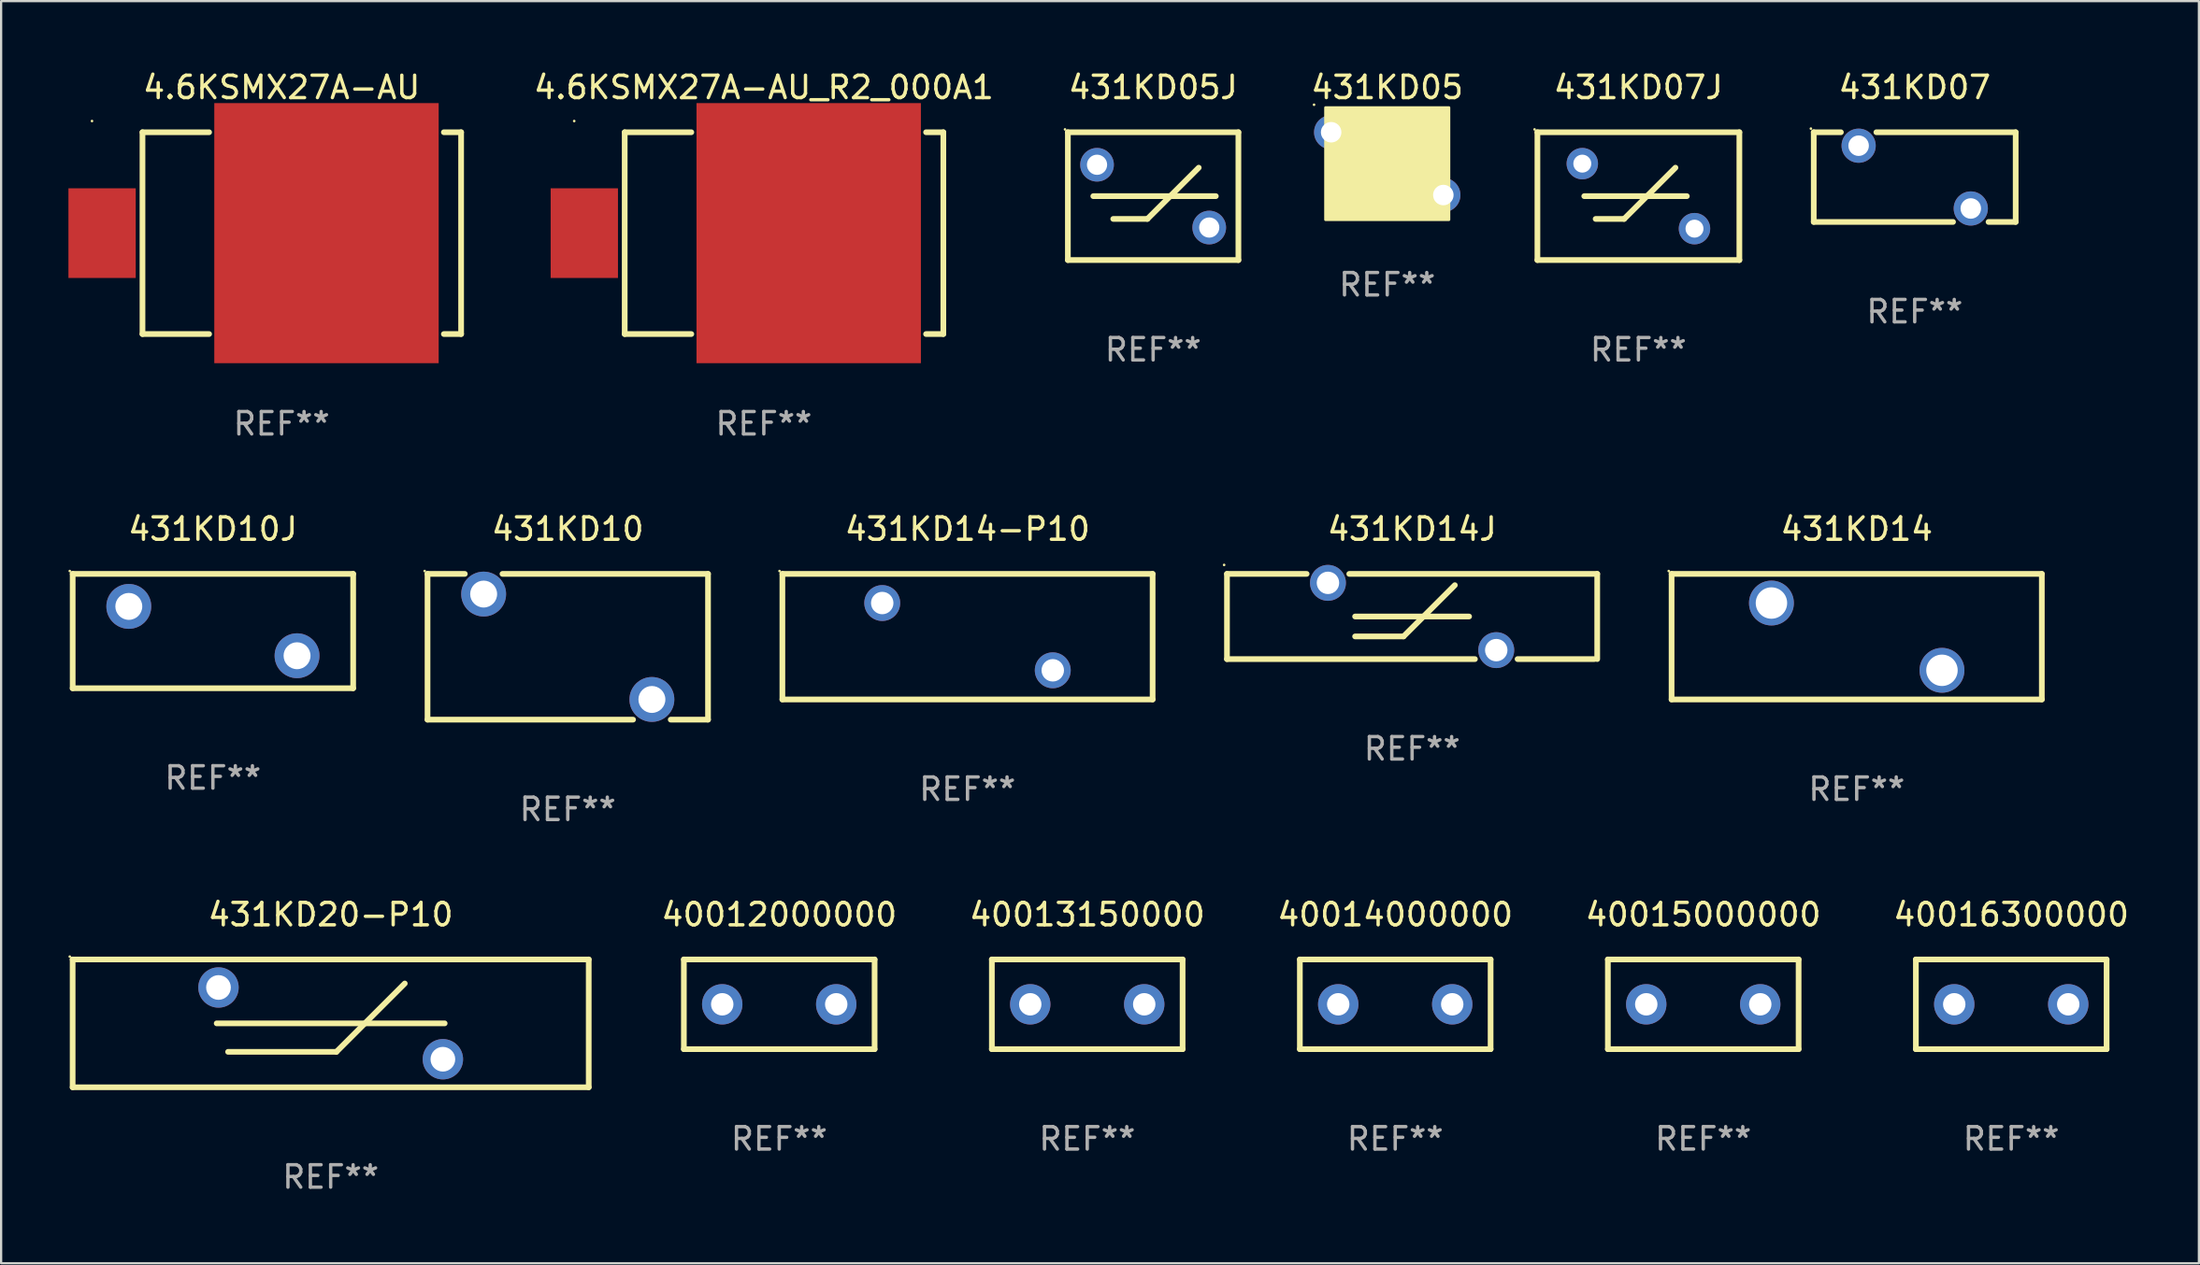
<source format=kicad_pcb>
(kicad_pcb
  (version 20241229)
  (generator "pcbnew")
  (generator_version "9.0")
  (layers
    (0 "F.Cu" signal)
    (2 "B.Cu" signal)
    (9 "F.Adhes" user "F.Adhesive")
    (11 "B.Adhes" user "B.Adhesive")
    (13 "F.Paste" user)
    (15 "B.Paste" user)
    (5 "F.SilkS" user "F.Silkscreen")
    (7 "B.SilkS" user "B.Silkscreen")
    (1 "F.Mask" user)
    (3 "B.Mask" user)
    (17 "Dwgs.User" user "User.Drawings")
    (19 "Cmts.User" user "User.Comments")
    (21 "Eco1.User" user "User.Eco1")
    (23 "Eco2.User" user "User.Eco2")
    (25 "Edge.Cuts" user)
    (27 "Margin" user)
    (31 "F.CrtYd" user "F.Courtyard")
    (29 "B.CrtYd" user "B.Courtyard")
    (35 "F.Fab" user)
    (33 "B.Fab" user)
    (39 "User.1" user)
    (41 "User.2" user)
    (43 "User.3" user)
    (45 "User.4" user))
  (footprint "4.6KSMX27A-AU_R2_000A1"
    (layer "F.Cu")
    (at 30.99 7.348)
    (property "Reference" "4.6KSMX27A-AU_R2_000A1" (at 0 -6.5 0) (layer "F.SilkS") (effects (font (size 1 1) (thickness 0.15))))
    (attr through_hole)
    (fp_line (start -6.2 -4.5) (end -6.2 4.5) (stroke (width 0.254) (type solid)) (layer "F.SilkS"))
    (fp_line (start -6.2 -4.5) (end -3.231 -4.5) (stroke (width 0.254) (type solid)) (layer "F.SilkS"))
    (fp_line (start -6.2 4.5) (end -3.231 4.5) (stroke (width 0.254) (type solid)) (layer "F.SilkS"))
    (fp_line (start 7.231 -4.5) (end 8 -4.5) (stroke (width 0.254) (type solid)) (layer "F.SilkS"))
    (fp_line (start 7.231 4.5) (end 8 4.5) (stroke (width 0.254) (type solid)) (layer "F.SilkS"))
    (fp_line (start 8 -4.5) (end 8 4.5) (stroke (width 0.254) (type solid)) (layer "F.SilkS"))
    (fp_circle (center -8.45 -5) (end -8.42 -5) (stroke (width 0.06) (type solid)) (fill no) (layer "F.SilkS"))
    (fp_text user "REF**" (at 0 8.5 0) (layer "F.Fab") (effects (font (size 1 1) (thickness 0.15))))
    (pad "1" smd rect (at -8 -0.000076 180) (size 3 4) (layers "F.Cu" "F.Mask" "F.Paste"))
    (pad "2" smd rect (at 2 -0.000076 180) (size 10 11.6) (layers "F.Cu" "F.Mask" "F.Paste")))
  (footprint "431KD07"
    (layer "F.Cu")
    (at 82.28 4.848)
    (property "Reference" "431KD07" (at 0 -4 0) (layer "F.SilkS") (effects (font (size 1 1) (thickness 0.15))))
    (attr through_hole)
    (fp_line (start -4.5 -2) (end -3.29 -2) (stroke (width 0.254) (type solid)) (layer "F.SilkS"))
    (fp_line (start -4.5 1.998) (end -4.5 -2) (stroke (width 0.254) (type solid)) (layer "F.SilkS"))
    (fp_line (start -1.709 -2) (end 4.5 -2) (stroke (width 0.254) (type solid)) (layer "F.SilkS"))
    (fp_line (start 1.708 2) (end -4.5 2) (stroke (width 0.254) (type solid)) (layer "F.SilkS"))
    (fp_line (start 4.5 -2) (end 4.5 2) (stroke (width 0.254) (type solid)) (layer "F.SilkS"))
    (fp_line (start 4.5 2) (end 3.29 2) (stroke (width 0.254) (type solid)) (layer "F.SilkS"))
    (fp_circle (center -4.627 -2.162) (end -4.597 -2.162) (stroke (width 0.06) (type solid)) (fill no) (layer "F.SilkS"))
    (fp_text user "REF**" (at 0 6 0) (layer "F.Fab") (effects (font (size 1 1) (thickness 0.15))))
    (pad "1" thru_hole circle (at -2.499 -1.4) (size 1.524 1.524) (drill 0.914) (layers "*.Cu" "*.Mask"))
    (pad "2" thru_hole circle (at 2.499 1.4) (size 1.524 1.524) (drill 0.914) (layers "*.Cu" "*.Mask")))
  (footprint "431KD10"
    (layer "F.Cu")
    (at 22.253 25.795)
    (property "Reference" "431KD10" (at 0 -5.25 0) (layer "F.SilkS") (effects (font (size 1 1) (thickness 0.15))))
    (attr through_hole)
    (fp_line (start -6.25 -3.25) (end -4.588 -3.25) (stroke (width 0.254) (type solid)) (layer "F.SilkS"))
    (fp_line (start -6.25 3.25) (end -6.25 -3.25) (stroke (width 0.254) (type solid)) (layer "F.SilkS"))
    (fp_line (start -2.91 -3.25) (end 6.25 -3.25) (stroke (width 0.254) (type solid)) (layer "F.SilkS"))
    (fp_line (start 2.91 3.25) (end -6.25 3.25) (stroke (width 0.254) (type solid)) (layer "F.SilkS"))
    (fp_line (start 6.25 -3.25) (end 6.25 3.25) (stroke (width 0.254) (type solid)) (layer "F.SilkS"))
    (fp_line (start 6.25 3.25) (end 4.588 3.25) (stroke (width 0.254) (type solid)) (layer "F.SilkS"))
    (fp_circle (center -6.377 -3.377) (end -6.347 -3.377) (stroke (width 0.06) (type solid)) (fill no) (layer "F.SilkS"))
    (fp_text user "REF**" (at 0 7.25 0) (layer "F.Fab") (effects (font (size 1 1) (thickness 0.15))))
    (pad "1" thru_hole circle (at -3.749 -2.35) (size 2 2) (drill 1.2) (layers "*.Cu" "*.Mask"))
    (pad "2" thru_hole circle (at 3.749 2.35) (size 2 2) (drill 1.2) (layers "*.Cu" "*.Mask")))
  (footprint "431KD20-P10"
    (layer "F.Cu")
    (at 11.687 42.591)
    (property "Reference" "431KD20-P10" (at 0 -4.85 0) (layer "F.SilkS") (effects (font (size 1 1) (thickness 0.15))))
    (attr through_hole)
    (fp_line (start -11.5 -2.85) (end 11.5 -2.85) (stroke (width 0.254) (type solid)) (layer "F.SilkS"))
    (fp_line (start -11.5 2.85) (end -11.5 -2.85) (stroke (width 0.254) (type solid)) (layer "F.SilkS"))
    (fp_line (start -11.5 2.85) (end 11.5 2.85) (stroke (width 0.254) (type solid)) (layer "F.SilkS"))
    (fp_line (start -5.08 0) (end 5.08 0) (stroke (width 0.254) (type solid)) (layer "F.SilkS"))
    (fp_line (start -4.572 1.27) (end 0.254 1.27) (stroke (width 0.254) (type solid)) (layer "F.SilkS"))
    (fp_line (start 0.254 1.27) (end 3.302 -1.778) (stroke (width 0.254) (type solid)) (layer "F.SilkS"))
    (fp_line (start 11.5 -2.85) (end 11.5 2.85) (stroke (width 0.254) (type solid)) (layer "F.SilkS"))
    (fp_circle (center -11.627 -2.977) (end -11.597 -2.977) (stroke (width 0.06) (type solid)) (fill no) (layer "F.SilkS"))
    (fp_text user "REF**" (at 0 6.85 0) (layer "F.Fab") (effects (font (size 1 1) (thickness 0.15))))
    (pad "1" thru_hole circle (at -5 -1.6) (size 1.8 1.8) (drill 1.1) (layers "*.Cu" "*.Mask"))
    (pad "2" thru_hole circle (at 5 1.6) (size 1.8 1.8) (drill 1.1) (layers "*.Cu" "*.Mask")))
  (footprint "431KD05J"
    (layer "F.Cu")
    (at 48.34 5.698)
    (property "Reference" "431KD05J" (at 0 -4.85 0) (layer "F.SilkS") (effects (font (size 1 1) (thickness 0.15))))
    (attr through_hole)
    (fp_line (start -3.8 -2.85) (end -3.8 2.85) (stroke (width 0.254) (type solid)) (layer "F.SilkS"))
    (fp_line (start -3.8 -2.85) (end 3.8 -2.85) (stroke (width 0.254) (type solid)) (layer "F.SilkS"))
    (fp_line (start -3.8 2.85) (end 3.8 2.85) (stroke (width 0.254) (type solid)) (layer "F.SilkS"))
    (fp_line (start -2.667 0) (end 2.794 0) (stroke (width 0.254) (type solid)) (layer "F.SilkS"))
    (fp_line (start -1.778 1.016) (end -0.254 1.016) (stroke (width 0.254) (type solid)) (layer "F.SilkS"))
    (fp_line (start -0.254 1.016) (end 2.032 -1.27) (stroke (width 0.254) (type solid)) (layer "F.SilkS"))
    (fp_line (start 3.8 -2.85) (end 3.8 2.85) (stroke (width 0.254) (type solid)) (layer "F.SilkS"))
    (fp_circle (center -3.927 -2.977) (end -3.897 -2.977) (stroke (width 0.06) (type solid)) (fill no) (layer "F.SilkS"))
    (fp_text user "REF**" (at 0 6.85 0) (layer "F.Fab") (effects (font (size 1 1) (thickness 0.15))))
    (pad "1" thru_hole circle (at -2.5 -1.4) (size 1.5 1.5) (drill 0.9) (layers "*.Cu" "*.Mask"))
    (pad "2" thru_hole circle (at 2.5 1.4) (size 1.5 1.5) (drill 0.9) (layers "*.Cu" "*.Mask")))
  (footprint "431KD10J"
    (layer "F.Cu")
    (at 6.438 25.095)
    (property "Reference" "431KD10J" (at 0 -4.55 0) (layer "F.SilkS") (effects (font (size 1 1) (thickness 0.15))))
    (attr through_hole)
    (fp_line (start -6.249 -2.55) (end 6.251 -2.55) (stroke (width 0.254) (type solid)) (layer "F.SilkS"))
    (fp_line (start -6.249 2.55) (end -6.249 -2.55) (stroke (width 0.254) (type solid)) (layer "F.SilkS"))
    (fp_line (start 6.251 -2.55) (end 6.251 2.55) (stroke (width 0.254) (type solid)) (layer "F.SilkS"))
    (fp_line (start 6.251 2.55) (end -6.251 2.55) (stroke (width 0.254) (type solid)) (layer "F.SilkS"))
    (fp_circle (center -6.378 -2.677) (end -6.348 -2.677) (stroke (width 0.06) (type solid)) (fill no) (layer "F.SilkS"))
    (fp_text user "REF**" (at 0 6.55 0) (layer "F.Fab") (effects (font (size 1 1) (thickness 0.15))))
    (pad "1" thru_hole circle (at -3.748 -1.1) (size 2 2) (drill 1.2) (layers "*.Cu" "*.Mask"))
    (pad "2" thru_hole circle (at 3.75 1.1) (size 2 2) (drill 1.2) (layers "*.Cu" "*.Mask")))
  (footprint "40016300000"
    (layer "F.Cu")
    (at 86.582 41.741)
    (property "Reference" "40016300000" (at 0 -4 0) (layer "F.SilkS") (effects (font (size 1 1) (thickness 0.15))))
    (attr through_hole)
    (fp_line (start -4.25 2) (end -4.25 -2) (stroke (width 0.254) (type solid)) (layer "F.SilkS"))
    (fp_line (start -4.25 -2) (end 4.25 -2) (stroke (width 0.254) (type solid)) (layer "F.SilkS"))
    (fp_line (start 4.25 2) (end -4.25 2) (stroke (width 0.254) (type solid)) (layer "F.SilkS"))
    (fp_line (start 4.25 -2) (end 4.25 2) (stroke (width 0.254) (type solid)) (layer "F.SilkS"))
    (fp_circle (center -4.25 2) (end -4.22 2) (stroke (width 0.06) (type solid)) (fill no) (layer "F.SilkS"))
    (fp_text user "REF**" (at 0 6 0) (layer "F.Fab") (effects (font (size 1 1) (thickness 0.15))))
    (pad "1" thru_hole circle (at -2.54 0) (size 1.8 1.8) (drill 1) (layers "*.Cu" "*.Mask"))
    (pad "2" thru_hole circle (at 2.54 0) (size 1.8 1.8) (drill 1) (layers "*.Cu" "*.Mask")))
  (footprint "431KD05"
    (layer "F.Cu")
    (at 58.773 4.248)
    (property "Reference" "431KD05" (at 0 -3.4 0) (layer "F.SilkS") (effects (font (size 1 1) (thickness 0.15))))
    (attr through_hole)
    (fp_circle (center -3.262 -2.627) (end -3.232 -2.627) (stroke (width 0.06) (type solid)) (fill no) (layer "F.SilkS"))
    (fp_poly (pts (xy -2.75 -2.5) (xy 2.75 -2.5) (xy 2.75 2.5) (xy -2.75 2.5)) (stroke (width 0.12) (type solid)) (fill yes) (layer "F.SilkS"))
    (fp_text user "REF**" (at 0 5.4 0) (layer "F.Fab") (effects (font (size 1 1) (thickness 0.15))))
    (pad "1" thru_hole circle (at -2.5 -1.4) (size 1.524 1.524) (drill 0.914) (layers "*.Cu" "*.Mask"))
    (pad "2" thru_hole circle (at 2.5 1.4) (size 1.524 1.524) (drill 0.914) (layers "*.Cu" "*.Mask")))
  (footprint "431KD14"
    (layer "F.Cu")
    (at 79.695 25.345)
    (property "Reference" "431KD14" (at 0 -4.8 0) (layer "F.SilkS") (effects (font (size 1 1) (thickness 0.15))))
    (attr through_hole)
    (fp_line (start -8.25 -2.8) (end 8.25 -2.8) (stroke (width 0.254) (type solid)) (layer "F.SilkS"))
    (fp_line (start -8.25 2.8) (end -8.25 -2.8) (stroke (width 0.254) (type solid)) (layer "F.SilkS"))
    (fp_line (start 8.25 -2.8) (end 8.25 2.8) (stroke (width 0.254) (type solid)) (layer "F.SilkS"))
    (fp_line (start 8.25 2.8) (end -8.25 2.8) (stroke (width 0.254) (type solid)) (layer "F.SilkS"))
    (fp_circle (center -8.377 -2.927) (end -8.347 -2.927) (stroke (width 0.06) (type solid)) (fill no) (layer "F.SilkS"))
    (fp_text user "REF**" (at 0 6.8 0) (layer "F.Fab") (effects (font (size 1 1) (thickness 0.15))))
    (pad "1" thru_hole circle (at -3.8 -1.5) (size 2 2) (drill 1.4) (layers "*.Cu" "*.Mask"))
    (pad "2" thru_hole circle (at 3.8 1.5) (size 2 2) (drill 1.4) (layers "*.Cu" "*.Mask")))
  (footprint "40013150000"
    (layer "F.Cu")
    (at 45.403 41.741)
    (property "Reference" "40013150000" (at 0 -4 0) (layer "F.SilkS") (effects (font (size 1 1) (thickness 0.15))))
    (attr through_hole)
    (fp_line (start -4.25 2) (end -4.25 -2) (stroke (width 0.254) (type solid)) (layer "F.SilkS"))
    (fp_line (start -4.25 -2) (end 4.25 -2) (stroke (width 0.254) (type solid)) (layer "F.SilkS"))
    (fp_line (start 4.25 2) (end -4.25 2) (stroke (width 0.254) (type solid)) (layer "F.SilkS"))
    (fp_line (start 4.25 -2) (end 4.25 2) (stroke (width 0.254) (type solid)) (layer "F.SilkS"))
    (fp_circle (center -4.25 2) (end -4.22 2) (stroke (width 0.06) (type solid)) (fill no) (layer "F.SilkS"))
    (fp_text user "REF**" (at 0 6 0) (layer "F.Fab") (effects (font (size 1 1) (thickness 0.15))))
    (pad "1" thru_hole circle (at -2.54 0) (size 1.8 1.8) (drill 1) (layers "*.Cu" "*.Mask"))
    (pad "2" thru_hole circle (at 2.54 0) (size 1.8 1.8) (drill 1) (layers "*.Cu" "*.Mask")))
  (footprint "40014000000"
    (layer "F.Cu")
    (at 59.129 41.741)
    (property "Reference" "40014000000" (at 0 -4 0) (layer "F.SilkS") (effects (font (size 1 1) (thickness 0.15))))
    (attr through_hole)
    (fp_line (start -4.25 2) (end -4.25 -2) (stroke (width 0.254) (type solid)) (layer "F.SilkS"))
    (fp_line (start -4.25 -2) (end 4.25 -2) (stroke (width 0.254) (type solid)) (layer "F.SilkS"))
    (fp_line (start 4.25 2) (end -4.25 2) (stroke (width 0.254) (type solid)) (layer "F.SilkS"))
    (fp_line (start 4.25 -2) (end 4.25 2) (stroke (width 0.254) (type solid)) (layer "F.SilkS"))
    (fp_circle (center -4.25 2) (end -4.22 2) (stroke (width 0.06) (type solid)) (fill no) (layer "F.SilkS"))
    (fp_text user "REF**" (at 0 6 0) (layer "F.Fab") (effects (font (size 1 1) (thickness 0.15))))
    (pad "1" thru_hole circle (at -2.54 0) (size 1.8 1.8) (drill 1) (layers "*.Cu" "*.Mask"))
    (pad "2" thru_hole circle (at 2.54 0) (size 1.8 1.8) (drill 1) (layers "*.Cu" "*.Mask")))
  (footprint "4.6KSMX27A-AU"
    (layer "F.Cu")
    (at 9.5 7.348)
    (property "Reference" "4.6KSMX27A-AU" (at 0 -6.5 0) (layer "F.SilkS") (effects (font (size 1 1) (thickness 0.15))))
    (attr through_hole)
    (fp_line (start -6.2 -4.5) (end -6.2 4.5) (stroke (width 0.254) (type solid)) (layer "F.SilkS"))
    (fp_line (start -6.2 -4.5) (end -3.231 -4.5) (stroke (width 0.254) (type solid)) (layer "F.SilkS"))
    (fp_line (start -6.2 4.5) (end -3.231 4.5) (stroke (width 0.254) (type solid)) (layer "F.SilkS"))
    (fp_line (start 7.231 -4.5) (end 8 -4.5) (stroke (width 0.254) (type solid)) (layer "F.SilkS"))
    (fp_line (start 7.231 4.5) (end 8 4.5) (stroke (width 0.254) (type solid)) (layer "F.SilkS"))
    (fp_line (start 8 -4.5) (end 8 4.5) (stroke (width 0.254) (type solid)) (layer "F.SilkS"))
    (fp_circle (center -8.45 -5) (end -8.42 -5) (stroke (width 0.06) (type solid)) (fill no) (layer "F.SilkS"))
    (fp_text user "REF**" (at 0 8.5 0) (layer "F.Fab") (effects (font (size 1 1) (thickness 0.15))))
    (pad "1" smd rect (at -8 -0.000076 180) (size 3 4) (layers "F.Cu" "F.Mask" "F.Paste"))
    (pad "2" smd rect (at 2 -0.000076 180) (size 10 11.6) (layers "F.Cu" "F.Mask" "F.Paste")))
  (footprint "431KD14J"
    (layer "F.Cu")
    (at 59.881 24.445)
    (property "Reference" "431KD14J" (at 0 -3.9 0) (layer "F.SilkS") (effects (font (size 1 1) (thickness 0.15))))
    (attr through_hole)
    (fp_line (start -8.25 -1.9) (end -8.25 1.9) (stroke (width 0.254) (type solid)) (layer "F.SilkS"))
    (fp_line (start -8.25 -1.9) (end -4.7 -1.9) (stroke (width 0.254) (type solid)) (layer "F.SilkS"))
    (fp_line (start -8.25 1.9) (end 2.8 1.9) (stroke (width 0.254) (type solid)) (layer "F.SilkS"))
    (fp_line (start -2.8 -1.9) (end 8.25 -1.9) (stroke (width 0.254) (type solid)) (layer "F.SilkS"))
    (fp_line (start -2.54 0) (end 2.54 0) (stroke (width 0.254) (type solid)) (layer "F.SilkS"))
    (fp_line (start -2.54 0.889) (end -0.381 0.889) (stroke (width 0.254) (type solid)) (layer "F.SilkS"))
    (fp_line (start -0.381 0.889) (end 1.905 -1.397) (stroke (width 0.254) (type solid)) (layer "F.SilkS"))
    (fp_line (start 4.7 1.9) (end 8.128 1.9) (stroke (width 0.254) (type solid)) (layer "F.SilkS"))
    (fp_line (start 8.25 -1.9) (end 8.25 1.9) (stroke (width 0.254) (type solid)) (layer "F.SilkS"))
    (fp_circle (center -8.377 -2.3) (end -8.347 -2.3) (stroke (width 0.06) (type solid)) (fill no) (layer "F.SilkS"))
    (fp_text user "REF**" (at 0 5.9 0) (layer "F.Fab") (effects (font (size 1 1) (thickness 0.15))))
    (pad "1" thru_hole circle (at -3.75 -1.5) (size 1.6 1.6) (drill 1) (layers "*.Cu" "*.Mask"))
    (pad "2" thru_hole circle (at 3.75 1.5) (size 1.6 1.6) (drill 1) (layers "*.Cu" "*.Mask")))
  (footprint "431KD14-P10"
    (layer "F.Cu")
    (at 40.067 25.345)
    (property "Reference" "431KD14-P10" (at 0 -4.8 0) (layer "F.SilkS") (effects (font (size 1 1) (thickness 0.15))))
    (attr through_hole)
    (fp_line (start -8.25 -2.8) (end 8.25 -2.8) (stroke (width 0.254) (type solid)) (layer "F.SilkS"))
    (fp_line (start -8.25 2.8) (end -8.25 -2.8) (stroke (width 0.254) (type solid)) (layer "F.SilkS"))
    (fp_line (start 8.25 -2.8) (end 8.25 2.8) (stroke (width 0.254) (type solid)) (layer "F.SilkS"))
    (fp_line (start 8.25 2.8) (end -8.25 2.8) (stroke (width 0.254) (type solid)) (layer "F.SilkS"))
    (fp_circle (center -8.377 -2.927) (end -8.347 -2.927) (stroke (width 0.06) (type solid)) (fill no) (layer "F.SilkS"))
    (fp_text user "REF**" (at 0 6.8 0) (layer "F.Fab") (effects (font (size 1 1) (thickness 0.15))))
    (pad "1" thru_hole circle (at -3.8 -1.5) (size 1.6 1.6) (drill 1) (layers "*.Cu" "*.Mask"))
    (pad "2" thru_hole circle (at 3.8 1.5) (size 1.6 1.6) (drill 1) (layers "*.Cu" "*.Mask")))
  (footprint "40012000000"
    (layer "F.Cu")
    (at 31.677 41.741)
    (property "Reference" "40012000000" (at 0 -4 0) (layer "F.SilkS") (effects (font (size 1 1) (thickness 0.15))))
    (attr through_hole)
    (fp_line (start -4.25 2) (end -4.25 -2) (stroke (width 0.254) (type solid)) (layer "F.SilkS"))
    (fp_line (start -4.25 -2) (end 4.25 -2) (stroke (width 0.254) (type solid)) (layer "F.SilkS"))
    (fp_line (start 4.25 2) (end -4.25 2) (stroke (width 0.254) (type solid)) (layer "F.SilkS"))
    (fp_line (start 4.25 -2) (end 4.25 2) (stroke (width 0.254) (type solid)) (layer "F.SilkS"))
    (fp_circle (center -4.25 2) (end -4.22 2) (stroke (width 0.06) (type solid)) (fill no) (layer "F.SilkS"))
    (fp_text user "REF**" (at 0 6 0) (layer "F.Fab") (effects (font (size 1 1) (thickness 0.15))))
    (pad "1" thru_hole circle (at -2.54 0) (size 1.8 1.8) (drill 1) (layers "*.Cu" "*.Mask"))
    (pad "2" thru_hole circle (at 2.54 0) (size 1.8 1.8) (drill 1) (layers "*.Cu" "*.Mask")))
  (footprint "431KD07J"
    (layer "F.Cu")
    (at 69.966 5.698)
    (property "Reference" "431KD07J" (at 0 -4.85 0) (layer "F.SilkS") (effects (font (size 1 1) (thickness 0.15))))
    (attr through_hole)
    (fp_line (start -4.5 -2.85) (end -4.5 2.85) (stroke (width 0.254) (type solid)) (layer "F.SilkS"))
    (fp_line (start -4.5 -2.85) (end 4.5 -2.85) (stroke (width 0.254) (type solid)) (layer "F.SilkS"))
    (fp_line (start -4.5 2.85) (end 4.5 2.85) (stroke (width 0.254) (type solid)) (layer "F.SilkS"))
    (fp_line (start -2.413 0) (end 2.159 0) (stroke (width 0.254) (type solid)) (layer "F.SilkS"))
    (fp_line (start -1.905 1.016) (end -0.635 1.016) (stroke (width 0.254) (type solid)) (layer "F.SilkS"))
    (fp_line (start -0.635 1.016) (end 1.651 -1.27) (stroke (width 0.254) (type solid)) (layer "F.SilkS"))
    (fp_line (start 4.5 -2.85) (end 4.5 2.85) (stroke (width 0.254) (type solid)) (layer "F.SilkS"))
    (fp_circle (center -4.627 -2.977) (end -4.597 -2.977) (stroke (width 0.06) (type solid)) (fill no) (layer "F.SilkS"))
    (fp_text user "REF**" (at 0 6.85 0) (layer "F.Fab") (effects (font (size 1 1) (thickness 0.15))))
    (pad "1" thru_hole circle (at -2.5 -1.45) (size 1.4 1.4) (drill 0.8) (layers "*.Cu" "*.Mask"))
    (pad "2" thru_hole circle (at 2.5 1.45) (size 1.4 1.4) (drill 0.8) (layers "*.Cu" "*.Mask")))
  (footprint "40015000000"
    (layer "F.Cu")
    (at 72.856 41.741)
    (property "Reference" "40015000000" (at 0 -4 0) (layer "F.SilkS") (effects (font (size 1 1) (thickness 0.15))))
    (attr through_hole)
    (fp_line (start -4.25 2) (end -4.25 -2) (stroke (width 0.254) (type solid)) (layer "F.SilkS"))
    (fp_line (start -4.25 -2) (end 4.25 -2) (stroke (width 0.254) (type solid)) (layer "F.SilkS"))
    (fp_line (start 4.25 2) (end -4.25 2) (stroke (width 0.254) (type solid)) (layer "F.SilkS"))
    (fp_line (start 4.25 -2) (end 4.25 2) (stroke (width 0.254) (type solid)) (layer "F.SilkS"))
    (fp_circle (center -4.25 2) (end -4.22 2) (stroke (width 0.06) (type solid)) (fill no) (layer "F.SilkS"))
    (fp_text user "REF**" (at 0 6 0) (layer "F.Fab") (effects (font (size 1 1) (thickness 0.15))))
    (pad "1" thru_hole circle (at -2.54 0) (size 1.8 1.8) (drill 1) (layers "*.Cu" "*.Mask"))
    (pad "2" thru_hole circle (at 2.54 0) (size 1.8 1.8) (drill 1) (layers "*.Cu" "*.Mask")))
  (gr_rect
    (start -3 -3)
    (end 94.945 53.29)
    (stroke (width 0.1) (type default))
    (fill no)
    (layer "Edge.Cuts")))
</source>
